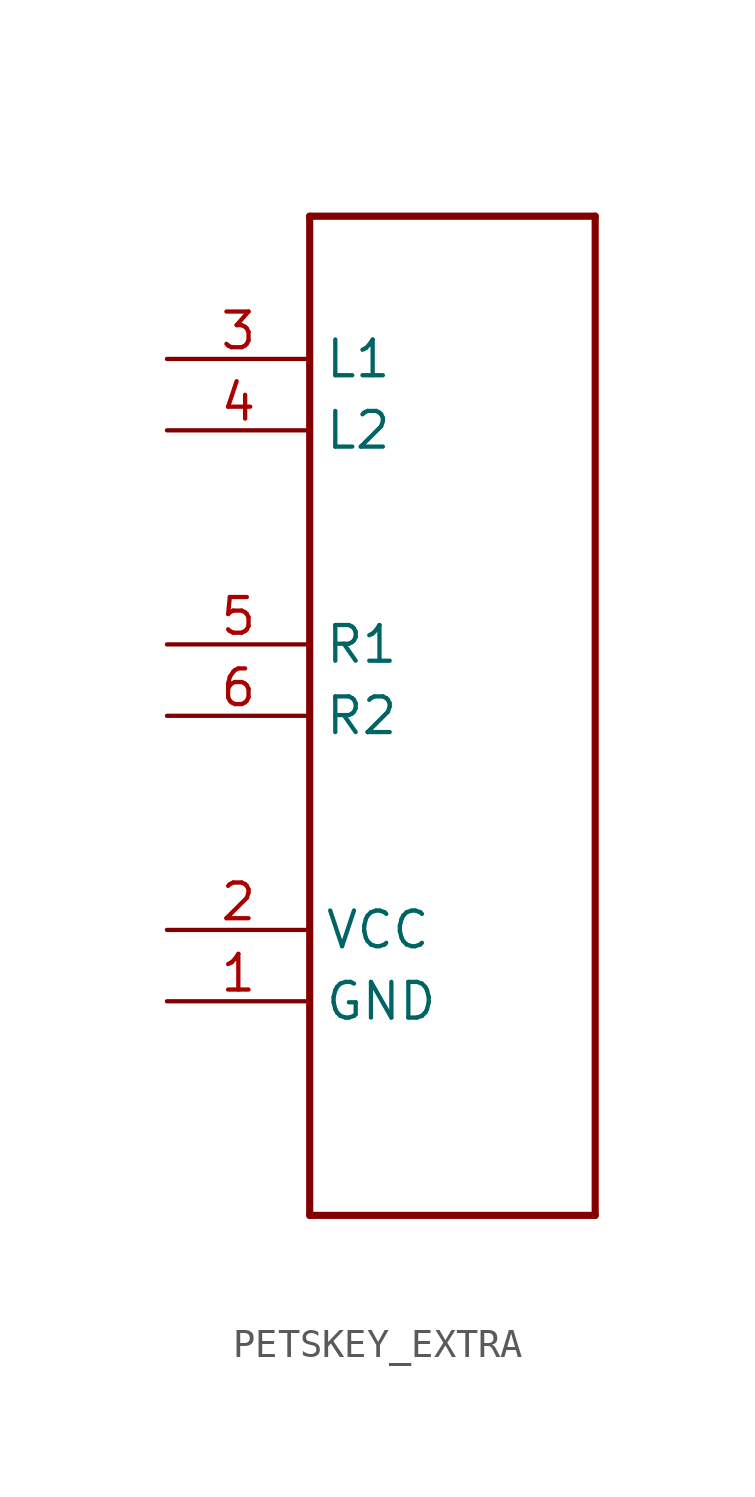
<source format=kicad_sym>
(kicad_symbol_lib
  (version 20220914)
  (generator kicad_symbol_editor)
  (symbol "PETSKEY_EXTRA"
    (property "Reference" ""
      (at 0 0 0)
      (effects (font (size 1.27 1.27)) hide))
    (property "ki_locked" ""
      (at 0 0 0)
      (effects (font (size 1.27 1.27))))
    (symbol "PETSKEY_EXTRA_1_0"
      (polyline (pts (xy -2.54 -20.32) (xy -2.54 15.24)) (stroke (width 0.254) (type solid)) (fill (type none)))
      (polyline (pts (xy -2.54 15.24) (xy 7.62 15.24)) (stroke (width 0.254) (type solid)) (fill (type none)))
      (polyline (pts (xy 7.62 -20.32) (xy -2.54 -20.32)) (stroke (width 0.254) (type solid)) (fill (type none)))
      (polyline (pts (xy 7.62 15.24) (xy 7.62 -20.32)) (stroke (width 0.254) (type solid)) (fill (type none)))
      (pin bidirectional line (at -7.62 -12.7 0) (length 5.08) (name "GND" (effects (font (size 1.27 1.27)))) (number "1" (effects (font (size 1.27 1.27)))))
      (pin bidirectional line (at -7.62 -10.16 0) (length 5.08) (name "VCC" (effects (font (size 1.27 1.27)))) (number "2" (effects (font (size 1.27 1.27)))))
      (pin bidirectional line (at -7.62 10.16 0) (length 5.08) (name "L1" (effects (font (size 1.27 1.27)))) (number "3" (effects (font (size 1.27 1.27)))))
      (pin bidirectional line (at -7.62 7.62 0) (length 5.08) (name "L2" (effects (font (size 1.27 1.27)))) (number "4" (effects (font (size 1.27 1.27)))))
      (pin bidirectional line (at -7.62 0 0) (length 5.08) (name "R1" (effects (font (size 1.27 1.27)))) (number "5" (effects (font (size 1.27 1.27)))))
      (pin bidirectional line (at -7.62 -2.54 0) (length 5.08) (name "R2" (effects (font (size 1.27 1.27)))) (number "6" (effects (font (size 1.27 1.27))))))))
</source>
